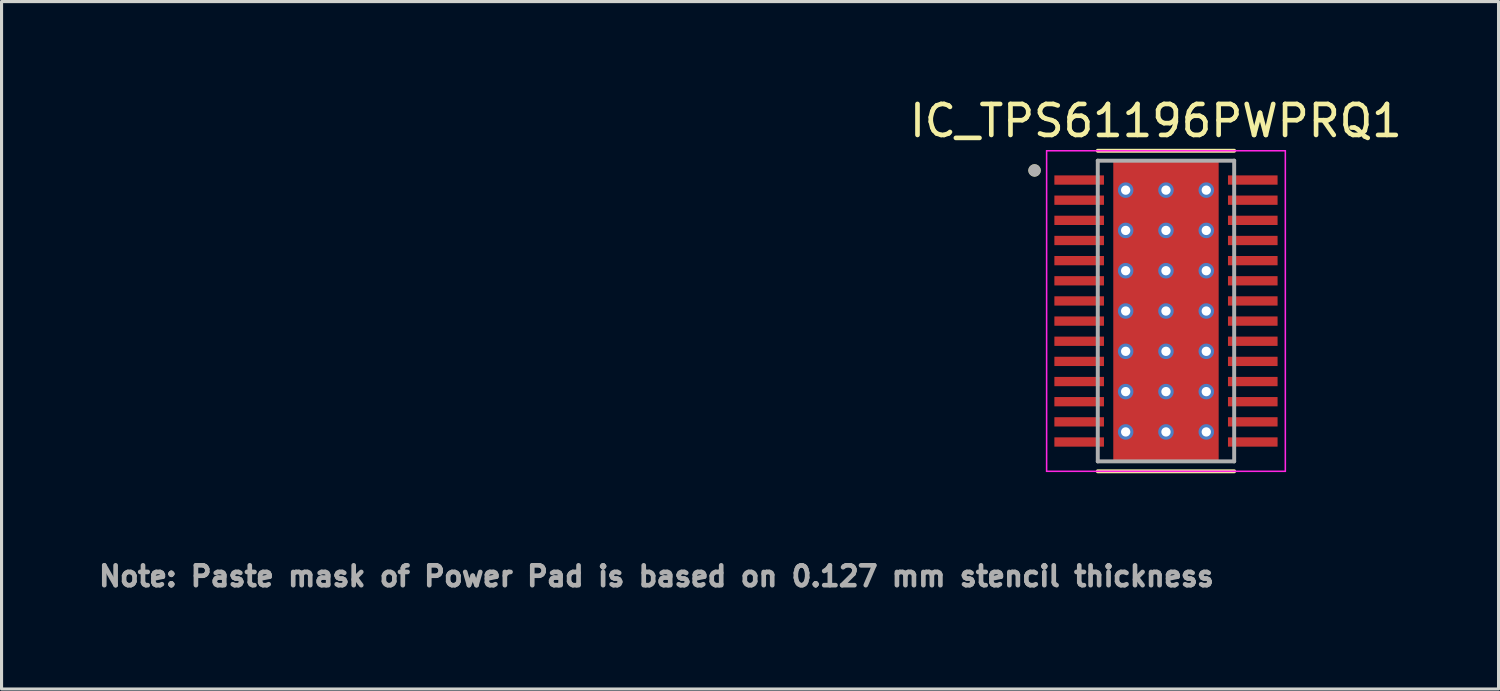
<source format=kicad_pcb>
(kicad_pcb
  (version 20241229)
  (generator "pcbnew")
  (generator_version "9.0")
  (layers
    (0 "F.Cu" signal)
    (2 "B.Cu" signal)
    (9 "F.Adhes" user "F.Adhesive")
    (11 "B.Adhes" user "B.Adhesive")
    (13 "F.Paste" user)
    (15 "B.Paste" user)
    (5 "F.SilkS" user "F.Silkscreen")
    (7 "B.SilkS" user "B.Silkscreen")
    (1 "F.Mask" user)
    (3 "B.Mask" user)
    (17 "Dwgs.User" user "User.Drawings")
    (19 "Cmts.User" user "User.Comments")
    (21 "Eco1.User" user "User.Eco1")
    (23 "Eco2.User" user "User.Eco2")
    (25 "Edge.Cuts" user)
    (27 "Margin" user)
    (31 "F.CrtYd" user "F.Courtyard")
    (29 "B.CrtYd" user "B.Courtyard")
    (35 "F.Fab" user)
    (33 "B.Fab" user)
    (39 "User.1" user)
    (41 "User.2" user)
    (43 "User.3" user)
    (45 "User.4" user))
  (footprint "IC_TPS61196PWPRQ1"
    (layer "F.Cu")
    (at 34.562 6.983)
    (property "Reference" "IC_TPS61196PWPRQ1" (at -0.325 -6.135 0) (layer "F.SilkS") (effects (font (size 1 1) (thickness 0.15))))
    (attr smd)
    (fp_poly (pts (xy -3.67 -4.445) (xy -1.93 -4.445) (xy -1.93 -4.005) (xy -3.67 -4.005)) (stroke (width 0.01) (type solid)) (fill yes) (layer "F.Mask"))
    (fp_poly (pts (xy -3.67 -3.795) (xy -1.93 -3.795) (xy -1.93 -3.355) (xy -3.67 -3.355)) (stroke (width 0.01) (type solid)) (fill yes) (layer "F.Mask"))
    (fp_poly (pts (xy -3.67 -3.145) (xy -1.93 -3.145) (xy -1.93 -2.705) (xy -3.67 -2.705)) (stroke (width 0.01) (type solid)) (fill yes) (layer "F.Mask"))
    (fp_poly (pts (xy -3.67 -2.495) (xy -1.93 -2.495) (xy -1.93 -2.055) (xy -3.67 -2.055)) (stroke (width 0.01) (type solid)) (fill yes) (layer "F.Mask"))
    (fp_poly (pts (xy -3.67 -1.845) (xy -1.93 -1.845) (xy -1.93 -1.405) (xy -3.67 -1.405)) (stroke (width 0.01) (type solid)) (fill yes) (layer "F.Mask"))
    (fp_poly (pts (xy -3.67 -1.195) (xy -1.93 -1.195) (xy -1.93 -0.755) (xy -3.67 -0.755)) (stroke (width 0.01) (type solid)) (fill yes) (layer "F.Mask"))
    (fp_poly (pts (xy -3.67 -0.545) (xy -1.93 -0.545) (xy -1.93 -0.105) (xy -3.67 -0.105)) (stroke (width 0.01) (type solid)) (fill yes) (layer "F.Mask"))
    (fp_poly (pts (xy -3.67 0.105) (xy -1.93 0.105) (xy -1.93 0.545) (xy -3.67 0.545)) (stroke (width 0.01) (type solid)) (fill yes) (layer "F.Mask"))
    (fp_poly (pts (xy -3.67 0.755) (xy -1.93 0.755) (xy -1.93 1.195) (xy -3.67 1.195)) (stroke (width 0.01) (type solid)) (fill yes) (layer "F.Mask"))
    (fp_poly (pts (xy -3.67 1.405) (xy -1.93 1.405) (xy -1.93 1.845) (xy -3.67 1.845)) (stroke (width 0.01) (type solid)) (fill yes) (layer "F.Mask"))
    (fp_poly (pts (xy -3.67 2.055) (xy -1.93 2.055) (xy -1.93 2.495) (xy -3.67 2.495)) (stroke (width 0.01) (type solid)) (fill yes) (layer "F.Mask"))
    (fp_poly (pts (xy -3.67 2.705) (xy -1.93 2.705) (xy -1.93 3.145) (xy -3.67 3.145)) (stroke (width 0.01) (type solid)) (fill yes) (layer "F.Mask"))
    (fp_poly (pts (xy -3.67 3.355) (xy -1.93 3.355) (xy -1.93 3.795) (xy -3.67 3.795)) (stroke (width 0.01) (type solid)) (fill yes) (layer "F.Mask"))
    (fp_poly (pts (xy -3.67 4.005) (xy -1.93 4.005) (xy -1.93 4.445) (xy -3.67 4.445)) (stroke (width 0.01) (type solid)) (fill yes) (layer "F.Mask"))
    (fp_poly (pts (xy -1.2 -3.23) (xy 1.2 -3.23) (xy 1.2 3.23) (xy -1.2 3.23)) (stroke (width 0.01) (type solid)) (fill yes) (layer "F.Mask"))
    (fp_poly (pts (xy 1.93 -4.445) (xy 3.67 -4.445) (xy 3.67 -4.005) (xy 1.93 -4.005)) (stroke (width 0.01) (type solid)) (fill yes) (layer "F.Mask"))
    (fp_poly (pts (xy 1.93 -3.795) (xy 3.67 -3.795) (xy 3.67 -3.355) (xy 1.93 -3.355)) (stroke (width 0.01) (type solid)) (fill yes) (layer "F.Mask"))
    (fp_poly (pts (xy 1.93 -3.145) (xy 3.67 -3.145) (xy 3.67 -2.705) (xy 1.93 -2.705)) (stroke (width 0.01) (type solid)) (fill yes) (layer "F.Mask"))
    (fp_poly (pts (xy 1.93 -2.495) (xy 3.67 -2.495) (xy 3.67 -2.055) (xy 1.93 -2.055)) (stroke (width 0.01) (type solid)) (fill yes) (layer "F.Mask"))
    (fp_poly (pts (xy 1.93 -1.845) (xy 3.67 -1.845) (xy 3.67 -1.405) (xy 1.93 -1.405)) (stroke (width 0.01) (type solid)) (fill yes) (layer "F.Mask"))
    (fp_poly (pts (xy 1.93 -1.195) (xy 3.67 -1.195) (xy 3.67 -0.755) (xy 1.93 -0.755)) (stroke (width 0.01) (type solid)) (fill yes) (layer "F.Mask"))
    (fp_poly (pts (xy 1.93 -0.545) (xy 3.67 -0.545) (xy 3.67 -0.105) (xy 1.93 -0.105)) (stroke (width 0.01) (type solid)) (fill yes) (layer "F.Mask"))
    (fp_poly (pts (xy 1.93 0.105) (xy 3.67 0.105) (xy 3.67 0.545) (xy 1.93 0.545)) (stroke (width 0.01) (type solid)) (fill yes) (layer "F.Mask"))
    (fp_poly (pts (xy 1.93 0.755) (xy 3.67 0.755) (xy 3.67 1.195) (xy 1.93 1.195)) (stroke (width 0.01) (type solid)) (fill yes) (layer "F.Mask"))
    (fp_poly (pts (xy 1.93 1.405) (xy 3.67 1.405) (xy 3.67 1.845) (xy 1.93 1.845)) (stroke (width 0.01) (type solid)) (fill yes) (layer "F.Mask"))
    (fp_poly (pts (xy 1.93 2.055) (xy 3.67 2.055) (xy 3.67 2.495) (xy 1.93 2.495)) (stroke (width 0.01) (type solid)) (fill yes) (layer "F.Mask"))
    (fp_poly (pts (xy 1.93 2.705) (xy 3.67 2.705) (xy 3.67 3.145) (xy 1.93 3.145)) (stroke (width 0.01) (type solid)) (fill yes) (layer "F.Mask"))
    (fp_poly (pts (xy 1.93 3.355) (xy 3.67 3.355) (xy 3.67 3.795) (xy 1.93 3.795)) (stroke (width 0.01) (type solid)) (fill yes) (layer "F.Mask"))
    (fp_poly (pts (xy 1.93 4.005) (xy 3.67 4.005) (xy 3.67 4.445) (xy 1.93 4.445)) (stroke (width 0.01) (type solid)) (fill yes) (layer "F.Mask"))
    (fp_line (start -2.2 -5.17) (end 2.2 -5.17) (stroke (width 0.127) (type solid)) (layer "F.SilkS"))
    (fp_line (start -2.2 5.17) (end 2.2 5.17) (stroke (width 0.127) (type solid)) (layer "F.SilkS"))
    (fp_circle (center -4.24 -4.535) (end -4.14 -4.535) (stroke (width 0.2) (type solid)) (fill no) (layer "F.SilkS"))
    (fp_poly (pts (xy -3.575 -4.35) (xy -2.025 -4.35) (xy -2.025 -4.1) (xy -3.575 -4.1)) (stroke (width 0.01) (type solid)) (fill yes) (layer "F.Paste"))
    (fp_poly (pts (xy -3.575 -3.7) (xy -2.025 -3.7) (xy -2.025 -3.45) (xy -3.575 -3.45)) (stroke (width 0.01) (type solid)) (fill yes) (layer "F.Paste"))
    (fp_poly (pts (xy -3.575 -3.05) (xy -2.025 -3.05) (xy -2.025 -2.8) (xy -3.575 -2.8)) (stroke (width 0.01) (type solid)) (fill yes) (layer "F.Paste"))
    (fp_poly (pts (xy -3.575 -2.4) (xy -2.025 -2.4) (xy -2.025 -2.15) (xy -3.575 -2.15)) (stroke (width 0.01) (type solid)) (fill yes) (layer "F.Paste"))
    (fp_poly (pts (xy -3.575 -1.75) (xy -2.025 -1.75) (xy -2.025 -1.5) (xy -3.575 -1.5)) (stroke (width 0.01) (type solid)) (fill yes) (layer "F.Paste"))
    (fp_poly (pts (xy -3.575 -1.1) (xy -2.025 -1.1) (xy -2.025 -0.85) (xy -3.575 -0.85)) (stroke (width 0.01) (type solid)) (fill yes) (layer "F.Paste"))
    (fp_poly (pts (xy -3.575 -0.45) (xy -2.025 -0.45) (xy -2.025 -0.2) (xy -3.575 -0.2)) (stroke (width 0.01) (type solid)) (fill yes) (layer "F.Paste"))
    (fp_poly (pts (xy -3.575 0.2) (xy -2.025 0.2) (xy -2.025 0.45) (xy -3.575 0.45)) (stroke (width 0.01) (type solid)) (fill yes) (layer "F.Paste"))
    (fp_poly (pts (xy -3.575 0.85) (xy -2.025 0.85) (xy -2.025 1.1) (xy -3.575 1.1)) (stroke (width 0.01) (type solid)) (fill yes) (layer "F.Paste"))
    (fp_poly (pts (xy -3.575 1.5) (xy -2.025 1.5) (xy -2.025 1.75) (xy -3.575 1.75)) (stroke (width 0.01) (type solid)) (fill yes) (layer "F.Paste"))
    (fp_poly (pts (xy -3.575 2.15) (xy -2.025 2.15) (xy -2.025 2.4) (xy -3.575 2.4)) (stroke (width 0.01) (type solid)) (fill yes) (layer "F.Paste"))
    (fp_poly (pts (xy -3.575 2.8) (xy -2.025 2.8) (xy -2.025 3.05) (xy -3.575 3.05)) (stroke (width 0.01) (type solid)) (fill yes) (layer "F.Paste"))
    (fp_poly (pts (xy -3.575 3.45) (xy -2.025 3.45) (xy -2.025 3.7) (xy -3.575 3.7)) (stroke (width 0.01) (type solid)) (fill yes) (layer "F.Paste"))
    (fp_poly (pts (xy -3.575 4.1) (xy -2.025 4.1) (xy -2.025 4.35) (xy -3.575 4.35)) (stroke (width 0.01) (type solid)) (fill yes) (layer "F.Paste"))
    (fp_poly (pts (xy -1.2 -3.23) (xy 1.2 -3.23) (xy 1.2 3.23) (xy -1.2 3.23)) (stroke (width 0.01) (type solid)) (fill yes) (layer "F.Paste"))
    (fp_poly (pts (xy 2.025 -4.35) (xy 3.575 -4.35) (xy 3.575 -4.1) (xy 2.025 -4.1)) (stroke (width 0.01) (type solid)) (fill yes) (layer "F.Paste"))
    (fp_poly (pts (xy 2.025 -3.7) (xy 3.575 -3.7) (xy 3.575 -3.45) (xy 2.025 -3.45)) (stroke (width 0.01) (type solid)) (fill yes) (layer "F.Paste"))
    (fp_poly (pts (xy 2.025 -3.05) (xy 3.575 -3.05) (xy 3.575 -2.8) (xy 2.025 -2.8)) (stroke (width 0.01) (type solid)) (fill yes) (layer "F.Paste"))
    (fp_poly (pts (xy 2.025 -2.4) (xy 3.575 -2.4) (xy 3.575 -2.15) (xy 2.025 -2.15)) (stroke (width 0.01) (type solid)) (fill yes) (layer "F.Paste"))
    (fp_poly (pts (xy 2.025 -1.75) (xy 3.575 -1.75) (xy 3.575 -1.5) (xy 2.025 -1.5)) (stroke (width 0.01) (type solid)) (fill yes) (layer "F.Paste"))
    (fp_poly (pts (xy 2.025 -1.1) (xy 3.575 -1.1) (xy 3.575 -0.85) (xy 2.025 -0.85)) (stroke (width 0.01) (type solid)) (fill yes) (layer "F.Paste"))
    (fp_poly (pts (xy 2.025 -0.45) (xy 3.575 -0.45) (xy 3.575 -0.2) (xy 2.025 -0.2)) (stroke (width 0.01) (type solid)) (fill yes) (layer "F.Paste"))
    (fp_poly (pts (xy 2.025 0.2) (xy 3.575 0.2) (xy 3.575 0.45) (xy 2.025 0.45)) (stroke (width 0.01) (type solid)) (fill yes) (layer "F.Paste"))
    (fp_poly (pts (xy 2.025 0.85) (xy 3.575 0.85) (xy 3.575 1.1) (xy 2.025 1.1)) (stroke (width 0.01) (type solid)) (fill yes) (layer "F.Paste"))
    (fp_poly (pts (xy 2.025 1.5) (xy 3.575 1.5) (xy 3.575 1.75) (xy 2.025 1.75)) (stroke (width 0.01) (type solid)) (fill yes) (layer "F.Paste"))
    (fp_poly (pts (xy 2.025 2.15) (xy 3.575 2.15) (xy 3.575 2.4) (xy 2.025 2.4)) (stroke (width 0.01) (type solid)) (fill yes) (layer "F.Paste"))
    (fp_poly (pts (xy 2.025 2.8) (xy 3.575 2.8) (xy 3.575 3.05) (xy 2.025 3.05)) (stroke (width 0.01) (type solid)) (fill yes) (layer "F.Paste"))
    (fp_poly (pts (xy 2.025 3.45) (xy 3.575 3.45) (xy 3.575 3.7) (xy 2.025 3.7)) (stroke (width 0.01) (type solid)) (fill yes) (layer "F.Paste"))
    (fp_poly (pts (xy 2.025 4.1) (xy 3.575 4.1) (xy 3.575 4.35) (xy 2.025 4.35)) (stroke (width 0.01) (type solid)) (fill yes) (layer "F.Paste"))
    (fp_line (start -3.85 -5.17) (end -3.85 5.17) (stroke (width 0.05) (type solid)) (layer "F.CrtYd"))
    (fp_line (start -3.85 -5.17) (end 3.85 -5.17) (stroke (width 0.05) (type solid)) (layer "F.CrtYd"))
    (fp_line (start -3.85 5.17) (end 3.85 5.17) (stroke (width 0.05) (type solid)) (layer "F.CrtYd"))
    (fp_line (start 3.85 -5.17) (end 3.85 5.17) (stroke (width 0.05) (type solid)) (layer "F.CrtYd"))
    (fp_line (start -2.2 -4.85) (end -2.2 4.85) (stroke (width 0.127) (type solid)) (layer "F.Fab"))
    (fp_line (start -2.2 -4.85) (end 2.2 -4.85) (stroke (width 0.127) (type solid)) (layer "F.Fab"))
    (fp_line (start -2.2 4.85) (end 2.2 4.85) (stroke (width 0.127) (type solid)) (layer "F.Fab"))
    (fp_line (start 2.2 -4.85) (end 2.2 4.85) (stroke (width 0.127) (type solid)) (layer "F.Fab"))
    (fp_circle (center -4.24 -4.535) (end -4.14 -4.535) (stroke (width 0.2) (type solid)) (fill no) (layer "F.Fab"))
    (fp_text user "Note: Paste mask of Power Pad is based on 0.127 mm stencil thickness" (at -16.435 8.555 0) (layer "F.Fab") (effects (font (size 0.64 0.64) (thickness 0.15))))
    (pad "1" smd rect (at -2.8 -4.225) (size 1.6 0.3) (layers "F.Cu"))
    (pad "2" smd rect (at -2.8 -3.575) (size 1.6 0.3) (layers "F.Cu"))
    (pad "3" smd rect (at -2.8 -2.925) (size 1.6 0.3) (layers "F.Cu"))
    (pad "4" smd rect (at -2.8 -2.275) (size 1.6 0.3) (layers "F.Cu"))
    (pad "5" smd rect (at -2.8 -1.625) (size 1.6 0.3) (layers "F.Cu"))
    (pad "6" smd rect (at -2.8 -0.975) (size 1.6 0.3) (layers "F.Cu"))
    (pad "7" smd rect (at -2.8 -0.325) (size 1.6 0.3) (layers "F.Cu"))
    (pad "8" smd rect (at -2.8 0.325) (size 1.6 0.3) (layers "F.Cu"))
    (pad "9" smd rect (at -2.8 0.975) (size 1.6 0.3) (layers "F.Cu"))
    (pad "10" smd rect (at -2.8 1.625) (size 1.6 0.3) (layers "F.Cu"))
    (pad "11" smd rect (at -2.8 2.275) (size 1.6 0.3) (layers "F.Cu"))
    (pad "12" smd rect (at -2.8 2.925) (size 1.6 0.3) (layers "F.Cu"))
    (pad "13" smd rect (at -2.8 3.575) (size 1.6 0.3) (layers "F.Cu"))
    (pad "14" smd rect (at -2.8 4.225) (size 1.6 0.3) (layers "F.Cu"))
    (pad "15" smd rect (at 2.8 4.225) (size 1.6 0.3) (layers "F.Cu"))
    (pad "16" smd rect (at 2.8 3.575) (size 1.6 0.3) (layers "F.Cu"))
    (pad "17" smd rect (at 2.8 2.925) (size 1.6 0.3) (layers "F.Cu"))
    (pad "18" smd rect (at 2.8 2.275) (size 1.6 0.3) (layers "F.Cu"))
    (pad "19" smd rect (at 2.8 1.625) (size 1.6 0.3) (layers "F.Cu"))
    (pad "20" smd rect (at 2.8 0.975) (size 1.6 0.3) (layers "F.Cu"))
    (pad "21" smd rect (at 2.8 0.325) (size 1.6 0.3) (layers "F.Cu"))
    (pad "22" smd rect (at 2.8 -0.325) (size 1.6 0.3) (layers "F.Cu"))
    (pad "23" smd rect (at 2.8 -0.975) (size 1.6 0.3) (layers "F.Cu"))
    (pad "24" smd rect (at 2.8 -1.625) (size 1.6 0.3) (layers "F.Cu"))
    (pad "25" smd rect (at 2.8 -2.275) (size 1.6 0.3) (layers "F.Cu"))
    (pad "26" smd rect (at 2.8 -2.925) (size 1.6 0.3) (layers "F.Cu"))
    (pad "27" smd rect (at 2.8 -3.575) (size 1.6 0.3) (layers "F.Cu"))
    (pad "28" smd rect (at 2.8 -4.225) (size 1.6 0.3) (layers "F.Cu"))
    (pad "29" thru_hole circle (at -1.3 -3.9) (size 0.5 0.5) (drill 0.3) (layers "*.Cu"))
    (pad "29" thru_hole circle (at -1.3 -2.6) (size 0.5 0.5) (drill 0.3) (layers "*.Cu"))
    (pad "29" thru_hole circle (at -1.3 -1.3) (size 0.5 0.5) (drill 0.3) (layers "*.Cu"))
    (pad "29" thru_hole circle (at -1.3 0) (size 0.5 0.5) (drill 0.3) (layers "*.Cu"))
    (pad "29" thru_hole circle (at -1.3 1.3) (size 0.5 0.5) (drill 0.3) (layers "*.Cu"))
    (pad "29" thru_hole circle (at -1.3 2.6) (size 0.5 0.5) (drill 0.3) (layers "*.Cu"))
    (pad "29" thru_hole circle (at -1.3 3.9) (size 0.5 0.5) (drill 0.3) (layers "*.Cu"))
    (pad "29" thru_hole circle (at 0 -3.9) (size 0.5 0.5) (drill 0.3) (layers "*.Cu"))
    (pad "29" thru_hole circle (at 0 -2.6) (size 0.5 0.5) (drill 0.3) (layers "*.Cu"))
    (pad "29" thru_hole circle (at 0 -1.3) (size 0.5 0.5) (drill 0.3) (layers "*.Cu"))
    (pad "29" thru_hole circle (at 0 0) (size 0.5 0.5) (drill 0.3) (layers "*.Cu"))
    (pad "29" smd rect (at 0 0) (size 3.4 9.7) (layers "F.Cu"))
    (pad "29" thru_hole circle (at 0 1.3) (size 0.5 0.5) (drill 0.3) (layers "*.Cu"))
    (pad "29" thru_hole circle (at 0 2.6) (size 0.5 0.5) (drill 0.3) (layers "*.Cu"))
    (pad "29" thru_hole circle (at 0 3.9) (size 0.5 0.5) (drill 0.3) (layers "*.Cu"))
    (pad "29" thru_hole circle (at 1.3 -3.9) (size 0.5 0.5) (drill 0.3) (layers "*.Cu"))
    (pad "29" thru_hole circle (at 1.3 -2.6) (size 0.5 0.5) (drill 0.3) (layers "*.Cu"))
    (pad "29" thru_hole circle (at 1.3 -1.3) (size 0.5 0.5) (drill 0.3) (layers "*.Cu"))
    (pad "29" thru_hole circle (at 1.3 0) (size 0.5 0.5) (drill 0.3) (layers "*.Cu"))
    (pad "29" thru_hole circle (at 1.3 1.3) (size 0.5 0.5) (drill 0.3) (layers "*.Cu"))
    (pad "29" thru_hole circle (at 1.3 2.6) (size 0.5 0.5) (drill 0.3) (layers "*.Cu"))
    (pad "29" thru_hole circle (at 1.3 3.9) (size 0.5 0.5) (drill 0.3) (layers "*.Cu")))
  (gr_rect
    (start -3 -3)
    (end 45.29 19.176)
    (stroke (width 0.1) (type default))
    (fill no)
    (layer "Edge.Cuts")))
</source>
